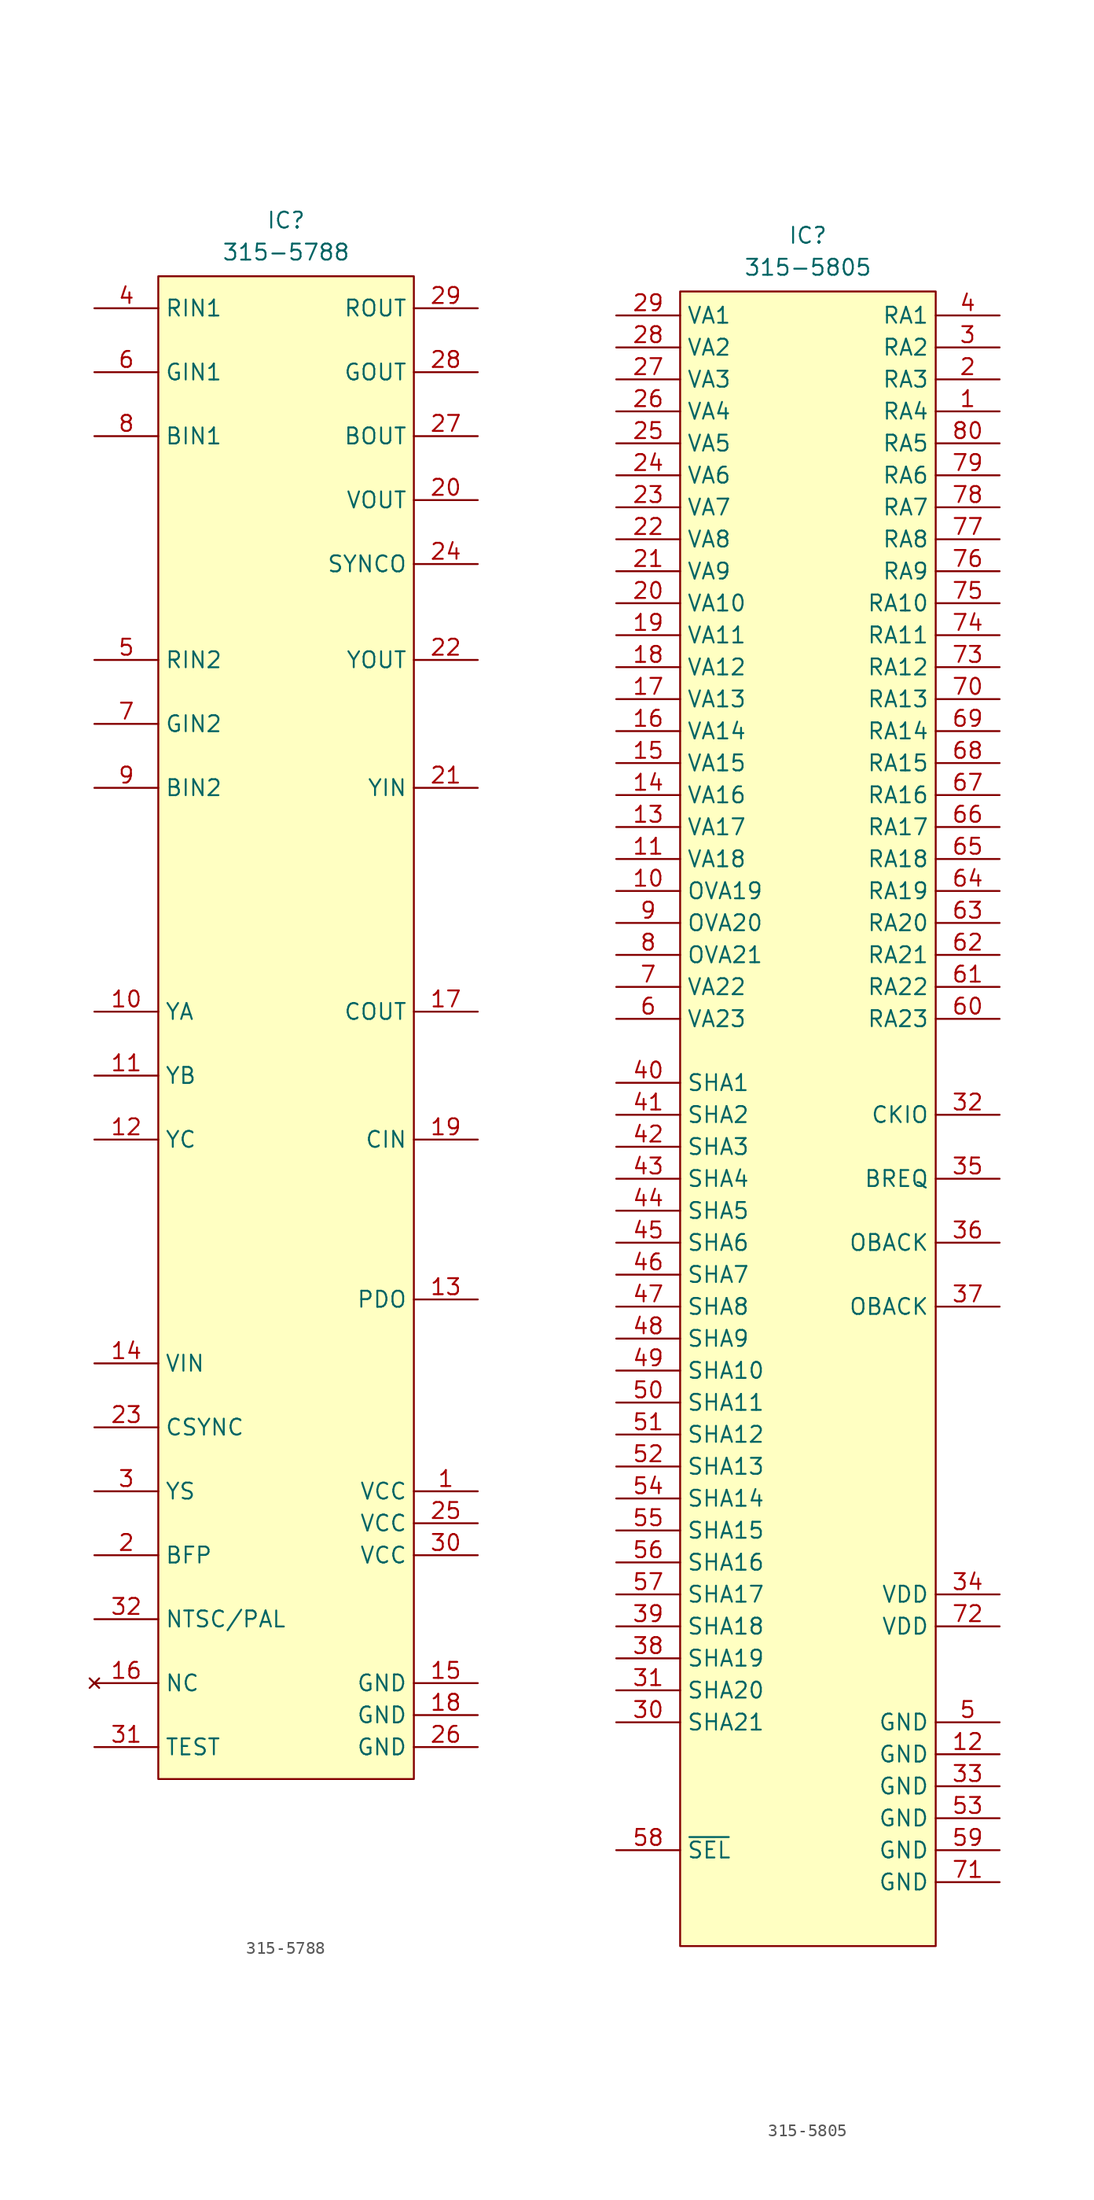
<source format=kicad_sym>
(kicad_symbol_lib
  (version 20220914)
  (generator kicad_symbol_editor)
  (symbol "315-5788"
    (property "Reference" "IC"
      (at 0 4.445 0)
      (effects (font (size 1.27 1.27))))
    (property "Value" "315-5788"
      (at 0 1.905 0)
      (effects (font (size 1.27 1.27))))
    (symbol "315-5788_1_1"
      (rectangle (start -10.16 0) (end 10.16 -119.38) (stroke (width 0) (type default)) (fill (type background)))
      (pin power_in line (at 15.24 -96.52 180) (length 5.08) (name "VCC" (effects (font (size 1.27 1.27)))) (number "1" (effects (font (size 1.27 1.27)))))
      (pin passive line (at -15.24 -58.42 0) (length 5.08) (name "YA" (effects (font (size 1.27 1.27)))) (number "10" (effects (font (size 1.27 1.27)))))
      (pin input line (at -15.24 -63.5 0) (length 5.08) (name "YB" (effects (font (size 1.27 1.27)))) (number "11" (effects (font (size 1.27 1.27)))))
      (pin input line (at -15.24 -68.58 0) (length 5.08) (name "YC" (effects (font (size 1.27 1.27)))) (number "12" (effects (font (size 1.27 1.27)))))
      (pin output line (at 15.24 -81.28 180) (length 5.08) (name "PDO" (effects (font (size 1.27 1.27)))) (number "13" (effects (font (size 1.27 1.27)))))
      (pin input line (at -15.24 -86.36 0) (length 5.08) (name "VIN" (effects (font (size 1.27 1.27)))) (number "14" (effects (font (size 1.27 1.27)))))
      (pin power_in line (at 15.24 -111.76 180) (length 5.08) (name "GND" (effects (font (size 1.27 1.27)))) (number "15" (effects (font (size 1.27 1.27)))))
      (pin no_connect line (at -15.24 -111.76 0) (length 5.08) (name "NC" (effects (font (size 1.27 1.27)))) (number "16" (effects (font (size 1.27 1.27)))))
      (pin output line (at 15.24 -58.42 180) (length 5.08) (name "COUT" (effects (font (size 1.27 1.27)))) (number "17" (effects (font (size 1.27 1.27)))))
      (pin power_in line (at 15.24 -114.3 180) (length 5.08) (name "GND" (effects (font (size 1.27 1.27)))) (number "18" (effects (font (size 1.27 1.27)))))
      (pin input line (at 15.24 -68.58 180) (length 5.08) (name "CIN" (effects (font (size 1.27 1.27)))) (number "19" (effects (font (size 1.27 1.27)))))
      (pin input line (at -15.24 -101.6 0) (length 5.08) (name "BFP" (effects (font (size 1.27 1.27)))) (number "2" (effects (font (size 1.27 1.27)))))
      (pin output line (at 15.24 -17.78 180) (length 5.08) (name "VOUT" (effects (font (size 1.27 1.27)))) (number "20" (effects (font (size 1.27 1.27)))))
      (pin output line (at 15.24 -40.64 180) (length 5.08) (name "YIN" (effects (font (size 1.27 1.27)))) (number "21" (effects (font (size 1.27 1.27)))))
      (pin output line (at 15.24 -30.48 180) (length 5.08) (name "YOUT" (effects (font (size 1.27 1.27)))) (number "22" (effects (font (size 1.27 1.27)))))
      (pin input line (at -15.24 -91.44 0) (length 5.08) (name "CSYNC" (effects (font (size 1.27 1.27)))) (number "23" (effects (font (size 1.27 1.27)))))
      (pin output line (at 15.24 -22.86 180) (length 5.08) (name "SYNCO" (effects (font (size 1.27 1.27)))) (number "24" (effects (font (size 1.27 1.27)))))
      (pin power_in line (at 15.24 -99.06 180) (length 5.08) (name "VCC" (effects (font (size 1.27 1.27)))) (number "25" (effects (font (size 1.27 1.27)))))
      (pin power_in line (at 15.24 -116.84 180) (length 5.08) (name "GND" (effects (font (size 1.27 1.27)))) (number "26" (effects (font (size 1.27 1.27)))))
      (pin output line (at 15.24 -12.7 180) (length 5.08) (name "BOUT" (effects (font (size 1.27 1.27)))) (number "27" (effects (font (size 1.27 1.27)))))
      (pin output line (at 15.24 -7.62 180) (length 5.08) (name "GOUT" (effects (font (size 1.27 1.27)))) (number "28" (effects (font (size 1.27 1.27)))))
      (pin output line (at 15.24 -2.54 180) (length 5.08) (name "ROUT" (effects (font (size 1.27 1.27)))) (number "29" (effects (font (size 1.27 1.27)))))
      (pin input line (at -15.24 -96.52 0) (length 5.08) (name "YS" (effects (font (size 1.27 1.27)))) (number "3" (effects (font (size 1.27 1.27)))))
      (pin power_in line (at 15.24 -101.6 180) (length 5.08) (name "VCC" (effects (font (size 1.27 1.27)))) (number "30" (effects (font (size 1.27 1.27)))))
      (pin input line (at -15.24 -116.84 0) (length 5.08) (name "TEST" (effects (font (size 1.27 1.27)))) (number "31" (effects (font (size 1.27 1.27)))))
      (pin input line (at -15.24 -106.68 0) (length 5.08) (name "NTSC/PAL" (effects (font (size 1.27 1.27)))) (number "32" (effects (font (size 1.27 1.27)))))
      (pin input line (at -15.24 -2.54 0) (length 5.08) (name "RIN1" (effects (font (size 1.27 1.27)))) (number "4" (effects (font (size 1.27 1.27)))))
      (pin input line (at -15.24 -30.48 0) (length 5.08) (name "RIN2" (effects (font (size 1.27 1.27)))) (number "5" (effects (font (size 1.27 1.27)))))
      (pin input line (at -15.24 -7.62 0) (length 5.08) (name "GIN1" (effects (font (size 1.27 1.27)))) (number "6" (effects (font (size 1.27 1.27)))))
      (pin input line (at -15.24 -35.56 0) (length 5.08) (name "GIN2" (effects (font (size 1.27 1.27)))) (number "7" (effects (font (size 1.27 1.27)))))
      (pin input line (at -15.24 -12.7 0) (length 5.08) (name "BIN1" (effects (font (size 1.27 1.27)))) (number "8" (effects (font (size 1.27 1.27)))))
      (pin input line (at -15.24 -40.64 0) (length 5.08) (name "BIN2" (effects (font (size 1.27 1.27)))) (number "9" (effects (font (size 1.27 1.27)))))))
  (symbol "315-5805"
    (property "Reference" "IC"
      (at 0 4.445 0)
      (effects (font (size 1.27 1.27))))
    (property "Value" "315-5805"
      (at 0 1.905 0)
      (effects (font (size 1.27 1.27))))
    (symbol "315-5805_1_1"
      (rectangle (start -10.16 0) (end 10.16 -131.445) (stroke (width 0) (type default)) (fill (type background)))
      (pin output line (at 15.24 -9.525 180) (length 5.08) (name "RA4" (effects (font (size 1.27 1.27)))) (number "1" (effects (font (size 1.27 1.27)))))
      (pin output line (at -15.24 -47.625 0) (length 5.08) (name "OVA19" (effects (font (size 1.27 1.27)))) (number "10" (effects (font (size 1.27 1.27)))))
      (pin input line (at -15.24 -45.085 0) (length 5.08) (name "VA18" (effects (font (size 1.27 1.27)))) (number "11" (effects (font (size 1.27 1.27)))))
      (pin input line (at 15.24 -116.205 180) (length 5.08) (name "GND" (effects (font (size 1.27 1.27)))) (number "12" (effects (font (size 1.27 1.27)))))
      (pin input line (at -15.24 -42.545 0) (length 5.08) (name "VA17" (effects (font (size 1.27 1.27)))) (number "13" (effects (font (size 1.27 1.27)))))
      (pin input line (at -15.24 -40.005 0) (length 5.08) (name "VA16" (effects (font (size 1.27 1.27)))) (number "14" (effects (font (size 1.27 1.27)))))
      (pin input line (at -15.24 -37.465 0) (length 5.08) (name "VA15" (effects (font (size 1.27 1.27)))) (number "15" (effects (font (size 1.27 1.27)))))
      (pin input line (at -15.24 -34.925 0) (length 5.08) (name "VA14" (effects (font (size 1.27 1.27)))) (number "16" (effects (font (size 1.27 1.27)))))
      (pin input line (at -15.24 -32.385 0) (length 5.08) (name "VA13" (effects (font (size 1.27 1.27)))) (number "17" (effects (font (size 1.27 1.27)))))
      (pin input line (at -15.24 -29.845 0) (length 5.08) (name "VA12" (effects (font (size 1.27 1.27)))) (number "18" (effects (font (size 1.27 1.27)))))
      (pin input line (at -15.24 -27.305 0) (length 5.08) (name "VA11" (effects (font (size 1.27 1.27)))) (number "19" (effects (font (size 1.27 1.27)))))
      (pin output line (at 15.24 -6.985 180) (length 5.08) (name "RA3" (effects (font (size 1.27 1.27)))) (number "2" (effects (font (size 1.27 1.27)))))
      (pin input line (at -15.24 -24.765 0) (length 5.08) (name "VA10" (effects (font (size 1.27 1.27)))) (number "20" (effects (font (size 1.27 1.27)))))
      (pin input line (at -15.24 -22.225 0) (length 5.08) (name "VA9" (effects (font (size 1.27 1.27)))) (number "21" (effects (font (size 1.27 1.27)))))
      (pin input line (at -15.24 -19.685 0) (length 5.08) (name "VA8" (effects (font (size 1.27 1.27)))) (number "22" (effects (font (size 1.27 1.27)))))
      (pin input line (at -15.24 -17.145 0) (length 5.08) (name "VA7" (effects (font (size 1.27 1.27)))) (number "23" (effects (font (size 1.27 1.27)))))
      (pin input line (at -15.24 -14.605 0) (length 5.08) (name "VA6" (effects (font (size 1.27 1.27)))) (number "24" (effects (font (size 1.27 1.27)))))
      (pin input line (at -15.24 -12.065 0) (length 5.08) (name "VA5" (effects (font (size 1.27 1.27)))) (number "25" (effects (font (size 1.27 1.27)))))
      (pin input line (at -15.24 -9.525 0) (length 5.08) (name "VA4" (effects (font (size 1.27 1.27)))) (number "26" (effects (font (size 1.27 1.27)))))
      (pin input line (at -15.24 -6.985 0) (length 5.08) (name "VA3" (effects (font (size 1.27 1.27)))) (number "27" (effects (font (size 1.27 1.27)))))
      (pin input line (at -15.24 -4.445 0) (length 5.08) (name "VA2" (effects (font (size 1.27 1.27)))) (number "28" (effects (font (size 1.27 1.27)))))
      (pin input line (at -15.24 -1.905 0) (length 5.08) (name "VA1" (effects (font (size 1.27 1.27)))) (number "29" (effects (font (size 1.27 1.27)))))
      (pin output line (at 15.24 -4.445 180) (length 5.08) (name "RA2" (effects (font (size 1.27 1.27)))) (number "3" (effects (font (size 1.27 1.27)))))
      (pin input line (at -15.24 -113.665 0) (length 5.08) (name "SHA21" (effects (font (size 1.27 1.27)))) (number "30" (effects (font (size 1.27 1.27)))))
      (pin input line (at -15.24 -111.125 0) (length 5.08) (name "SHA20" (effects (font (size 1.27 1.27)))) (number "31" (effects (font (size 1.27 1.27)))))
      (pin input line (at 15.24 -65.405 180) (length 5.08) (name "CKIO" (effects (font (size 1.27 1.27)))) (number "32" (effects (font (size 1.27 1.27)))))
      (pin input line (at 15.24 -118.745 180) (length 5.08) (name "GND" (effects (font (size 1.27 1.27)))) (number "33" (effects (font (size 1.27 1.27)))))
      (pin input line (at 15.24 -103.505 180) (length 5.08) (name "VDD" (effects (font (size 1.27 1.27)))) (number "34" (effects (font (size 1.27 1.27)))))
      (pin input line (at 15.24 -70.485 180) (length 5.08) (name "BREQ" (effects (font (size 1.27 1.27)))) (number "35" (effects (font (size 1.27 1.27)))))
      (pin input line (at 15.24 -75.565 180) (length 5.08) (name "OBACK" (effects (font (size 1.27 1.27)))) (number "36" (effects (font (size 1.27 1.27)))))
      (pin input line (at 15.24 -80.645 180) (length 5.08) (name "OBACK" (effects (font (size 1.27 1.27)))) (number "37" (effects (font (size 1.27 1.27)))))
      (pin input line (at -15.24 -108.585 0) (length 5.08) (name "SHA19" (effects (font (size 1.27 1.27)))) (number "38" (effects (font (size 1.27 1.27)))))
      (pin input line (at -15.24 -106.045 0) (length 5.08) (name "SHA18" (effects (font (size 1.27 1.27)))) (number "39" (effects (font (size 1.27 1.27)))))
      (pin output line (at 15.24 -1.905 180) (length 5.08) (name "RA1" (effects (font (size 1.27 1.27)))) (number "4" (effects (font (size 1.27 1.27)))))
      (pin input line (at -15.24 -62.865 0) (length 5.08) (name "SHA1" (effects (font (size 1.27 1.27)))) (number "40" (effects (font (size 1.27 1.27)))))
      (pin input line (at -15.24 -65.405 0) (length 5.08) (name "SHA2" (effects (font (size 1.27 1.27)))) (number "41" (effects (font (size 1.27 1.27)))))
      (pin input line (at -15.24 -67.945 0) (length 5.08) (name "SHA3" (effects (font (size 1.27 1.27)))) (number "42" (effects (font (size 1.27 1.27)))))
      (pin input line (at -15.24 -70.485 0) (length 5.08) (name "SHA4" (effects (font (size 1.27 1.27)))) (number "43" (effects (font (size 1.27 1.27)))))
      (pin input line (at -15.24 -73.025 0) (length 5.08) (name "SHA5" (effects (font (size 1.27 1.27)))) (number "44" (effects (font (size 1.27 1.27)))))
      (pin input line (at -15.24 -75.565 0) (length 5.08) (name "SHA6" (effects (font (size 1.27 1.27)))) (number "45" (effects (font (size 1.27 1.27)))))
      (pin input line (at -15.24 -78.105 0) (length 5.08) (name "SHA7" (effects (font (size 1.27 1.27)))) (number "46" (effects (font (size 1.27 1.27)))))
      (pin input line (at -15.24 -80.645 0) (length 5.08) (name "SHA8" (effects (font (size 1.27 1.27)))) (number "47" (effects (font (size 1.27 1.27)))))
      (pin input line (at -15.24 -83.185 0) (length 5.08) (name "SHA9" (effects (font (size 1.27 1.27)))) (number "48" (effects (font (size 1.27 1.27)))))
      (pin input line (at -15.24 -85.725 0) (length 5.08) (name "SHA10" (effects (font (size 1.27 1.27)))) (number "49" (effects (font (size 1.27 1.27)))))
      (pin input line (at 15.24 -113.665 180) (length 5.08) (name "GND" (effects (font (size 1.27 1.27)))) (number "5" (effects (font (size 1.27 1.27)))))
      (pin input line (at -15.24 -88.265 0) (length 5.08) (name "SHA11" (effects (font (size 1.27 1.27)))) (number "50" (effects (font (size 1.27 1.27)))))
      (pin input line (at -15.24 -90.805 0) (length 5.08) (name "SHA12" (effects (font (size 1.27 1.27)))) (number "51" (effects (font (size 1.27 1.27)))))
      (pin input line (at -15.24 -93.345 0) (length 5.08) (name "SHA13" (effects (font (size 1.27 1.27)))) (number "52" (effects (font (size 1.27 1.27)))))
      (pin input line (at 15.24 -121.285 180) (length 5.08) (name "GND" (effects (font (size 1.27 1.27)))) (number "53" (effects (font (size 1.27 1.27)))))
      (pin input line (at -15.24 -95.885 0) (length 5.08) (name "SHA14" (effects (font (size 1.27 1.27)))) (number "54" (effects (font (size 1.27 1.27)))))
      (pin input line (at -15.24 -98.425 0) (length 5.08) (name "SHA15" (effects (font (size 1.27 1.27)))) (number "55" (effects (font (size 1.27 1.27)))))
      (pin input line (at -15.24 -100.965 0) (length 5.08) (name "SHA16" (effects (font (size 1.27 1.27)))) (number "56" (effects (font (size 1.27 1.27)))))
      (pin input line (at -15.24 -103.505 0) (length 5.08) (name "SHA17" (effects (font (size 1.27 1.27)))) (number "57" (effects (font (size 1.27 1.27)))))
      (pin input line (at -15.24 -123.825 0) (length 5.08) (name "~{SEL}" (effects (font (size 1.27 1.27)))) (number "58" (effects (font (size 1.27 1.27)))))
      (pin input line (at 15.24 -123.825 180) (length 5.08) (name "GND" (effects (font (size 1.27 1.27)))) (number "59" (effects (font (size 1.27 1.27)))))
      (pin input line (at -15.24 -57.785 0) (length 5.08) (name "VA23" (effects (font (size 1.27 1.27)))) (number "6" (effects (font (size 1.27 1.27)))))
      (pin output line (at 15.24 -57.785 180) (length 5.08) (name "RA23" (effects (font (size 1.27 1.27)))) (number "60" (effects (font (size 1.27 1.27)))))
      (pin output line (at 15.24 -55.245 180) (length 5.08) (name "RA22" (effects (font (size 1.27 1.27)))) (number "61" (effects (font (size 1.27 1.27)))))
      (pin output line (at 15.24 -52.705 180) (length 5.08) (name "RA21" (effects (font (size 1.27 1.27)))) (number "62" (effects (font (size 1.27 1.27)))))
      (pin output line (at 15.24 -50.165 180) (length 5.08) (name "RA20" (effects (font (size 1.27 1.27)))) (number "63" (effects (font (size 1.27 1.27)))))
      (pin output line (at 15.24 -47.625 180) (length 5.08) (name "RA19" (effects (font (size 1.27 1.27)))) (number "64" (effects (font (size 1.27 1.27)))))
      (pin output line (at 15.24 -45.085 180) (length 5.08) (name "RA18" (effects (font (size 1.27 1.27)))) (number "65" (effects (font (size 1.27 1.27)))))
      (pin output line (at 15.24 -42.545 180) (length 5.08) (name "RA17" (effects (font (size 1.27 1.27)))) (number "66" (effects (font (size 1.27 1.27)))))
      (pin output line (at 15.24 -40.005 180) (length 5.08) (name "RA16" (effects (font (size 1.27 1.27)))) (number "67" (effects (font (size 1.27 1.27)))))
      (pin output line (at 15.24 -37.465 180) (length 5.08) (name "RA15" (effects (font (size 1.27 1.27)))) (number "68" (effects (font (size 1.27 1.27)))))
      (pin output line (at 15.24 -34.925 180) (length 5.08) (name "RA14" (effects (font (size 1.27 1.27)))) (number "69" (effects (font (size 1.27 1.27)))))
      (pin input line (at -15.24 -55.245 0) (length 5.08) (name "VA22" (effects (font (size 1.27 1.27)))) (number "7" (effects (font (size 1.27 1.27)))))
      (pin output line (at 15.24 -32.385 180) (length 5.08) (name "RA13" (effects (font (size 1.27 1.27)))) (number "70" (effects (font (size 1.27 1.27)))))
      (pin input line (at 15.24 -126.365 180) (length 5.08) (name "GND" (effects (font (size 1.27 1.27)))) (number "71" (effects (font (size 1.27 1.27)))))
      (pin input line (at 15.24 -106.045 180) (length 5.08) (name "VDD" (effects (font (size 1.27 1.27)))) (number "72" (effects (font (size 1.27 1.27)))))
      (pin output line (at 15.24 -29.845 180) (length 5.08) (name "RA12" (effects (font (size 1.27 1.27)))) (number "73" (effects (font (size 1.27 1.27)))))
      (pin output line (at 15.24 -27.305 180) (length 5.08) (name "RA11" (effects (font (size 1.27 1.27)))) (number "74" (effects (font (size 1.27 1.27)))))
      (pin output line (at 15.24 -24.765 180) (length 5.08) (name "RA10" (effects (font (size 1.27 1.27)))) (number "75" (effects (font (size 1.27 1.27)))))
      (pin output line (at 15.24 -22.225 180) (length 5.08) (name "RA9" (effects (font (size 1.27 1.27)))) (number "76" (effects (font (size 1.27 1.27)))))
      (pin output line (at 15.24 -19.685 180) (length 5.08) (name "RA8" (effects (font (size 1.27 1.27)))) (number "77" (effects (font (size 1.27 1.27)))))
      (pin output line (at 15.24 -17.145 180) (length 5.08) (name "RA7" (effects (font (size 1.27 1.27)))) (number "78" (effects (font (size 1.27 1.27)))))
      (pin output line (at 15.24 -14.605 180) (length 5.08) (name "RA6" (effects (font (size 1.27 1.27)))) (number "79" (effects (font (size 1.27 1.27)))))
      (pin output line (at -15.24 -52.705 0) (length 5.08) (name "OVA21" (effects (font (size 1.27 1.27)))) (number "8" (effects (font (size 1.27 1.27)))))
      (pin output line (at 15.24 -12.065 180) (length 5.08) (name "RA5" (effects (font (size 1.27 1.27)))) (number "80" (effects (font (size 1.27 1.27)))))
      (pin input line (at -15.24 -50.165 0) (length 5.08) (name "OVA20" (effects (font (size 1.27 1.27)))) (number "9" (effects (font (size 1.27 1.27))))))))
</source>
